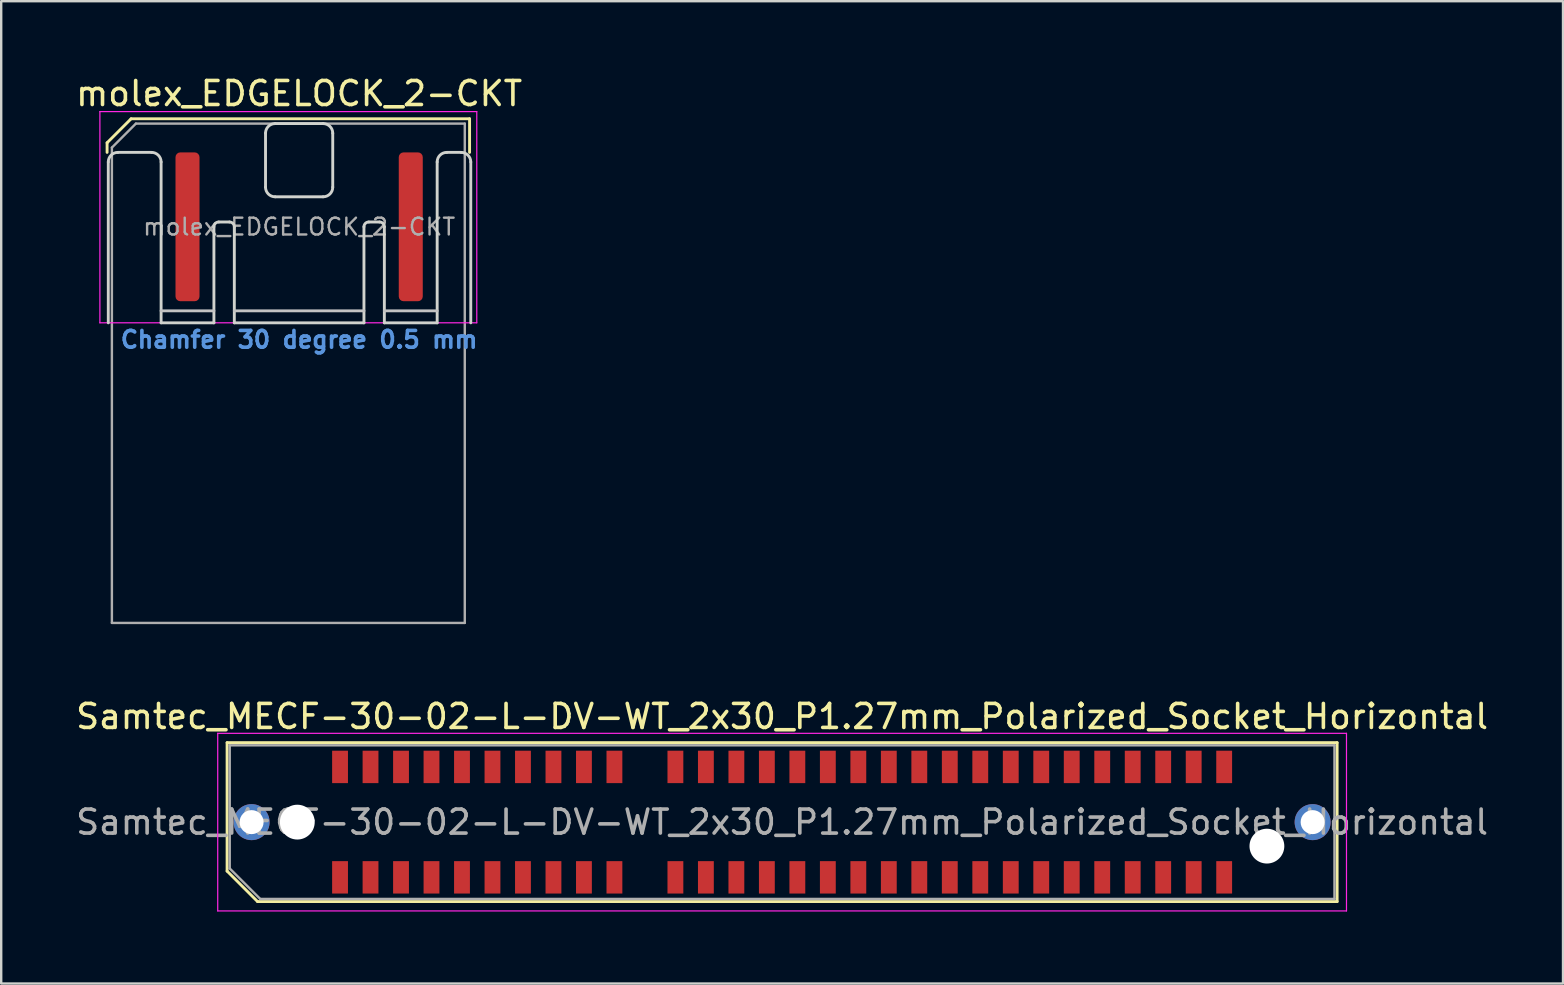
<source format=kicad_pcb>
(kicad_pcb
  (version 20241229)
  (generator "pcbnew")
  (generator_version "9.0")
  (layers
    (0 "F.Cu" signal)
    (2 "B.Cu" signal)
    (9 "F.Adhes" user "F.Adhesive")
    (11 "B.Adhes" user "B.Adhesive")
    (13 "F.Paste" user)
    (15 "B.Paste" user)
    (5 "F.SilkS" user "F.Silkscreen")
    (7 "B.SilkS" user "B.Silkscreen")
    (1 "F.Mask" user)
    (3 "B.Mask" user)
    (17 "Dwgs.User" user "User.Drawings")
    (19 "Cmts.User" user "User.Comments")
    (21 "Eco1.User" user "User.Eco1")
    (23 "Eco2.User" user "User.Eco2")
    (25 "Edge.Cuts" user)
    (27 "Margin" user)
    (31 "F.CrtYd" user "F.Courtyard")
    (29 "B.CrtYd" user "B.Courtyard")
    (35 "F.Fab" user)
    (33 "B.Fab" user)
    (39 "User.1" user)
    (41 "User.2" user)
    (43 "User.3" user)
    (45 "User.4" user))
  (footprint "Samtec_MECF-30-02-L-DV-WT_2x30_P1.27mm_Polarized_Socket_Horizontal"
    (layer "F.Cu")
    (at 29.53 31.197)
    (property "Reference" "Samtec_MECF-30-02-L-DV-WT_2x30_P1.27mm_Polarized_Socket_Horizontal" (at 0 -4.4 0) (layer "F.SilkS") (effects (font (size 1 1) (thickness 0.15))))
    (attr smd)
    (fp_line (start -23.12 -3.31) (end 23.12 -3.31) (stroke (width 0.12) (type solid)) (layer "F.SilkS"))
    (fp_line (start -23.12 2.04) (end -23.12 -3.31) (stroke (width 0.12) (type solid)) (layer "F.SilkS"))
    (fp_line (start -21.85 3.31) (end -23.12 2.04) (stroke (width 0.12) (type solid)) (layer "F.SilkS"))
    (fp_line (start -21.85 3.31) (end 23.12 3.31) (stroke (width 0.12) (type solid)) (layer "F.SilkS"))
    (fp_line (start 23.12 3.31) (end 23.12 -3.31) (stroke (width 0.12) (type solid)) (layer "F.SilkS"))
    (fp_line (start -23.51 -3.7) (end -23.51 3.7) (stroke (width 0.05) (type solid)) (layer "F.CrtYd"))
    (fp_line (start -23.51 3.7) (end 23.51 3.7) (stroke (width 0.05) (type solid)) (layer "F.CrtYd"))
    (fp_line (start 23.51 -3.7) (end -23.51 -3.7) (stroke (width 0.05) (type solid)) (layer "F.CrtYd"))
    (fp_line (start 23.51 3.7) (end 23.51 -3.7) (stroke (width 0.05) (type solid)) (layer "F.CrtYd"))
    (fp_line (start -23.01 -3.2) (end 23.01 -3.2) (stroke (width 0.1) (type solid)) (layer "F.Fab"))
    (fp_line (start -23.01 1.93) (end -23.01 -3.2) (stroke (width 0.1) (type solid)) (layer "F.Fab"))
    (fp_line (start -23.01 1.93) (end -21.74 3.2) (stroke (width 0.1) (type solid)) (layer "F.Fab"))
    (fp_line (start -21.74 3.2) (end 23.01 3.2) (stroke (width 0.1) (type solid)) (layer "F.Fab"))
    (fp_line (start 23.01 3.2) (end 23.01 -3.2) (stroke (width 0.1) (type solid)) (layer "F.Fab"))
    (fp_text user "${REFERENCE}" (at 0 0 0) (layer "F.Fab") (effects (font (size 1 1) (thickness 0.15))))
    (pad "" thru_hole circle (at -22.1 0) (size 1.5 1.5) (drill 1) (layers "*.Cu" "*.Mask"))
    (pad "" np_thru_hole circle (at -20.195 0) (size 1.45 1.45) (drill 1.45) (layers "*.Cu" "*.Mask"))
    (pad "" np_thru_hole circle (at 20.195 1) (size 1.45 1.45) (drill 1.45) (layers "*.Cu" "*.Mask"))
    (pad "" thru_hole circle (at 22.1 0) (size 1.5 1.5) (drill 1) (layers "*.Cu" "*.Mask"))
    (pad "1" smd rect (at -18.415 2.3) (size 0.66 1.35) (layers "F.Cu" "F.Mask" "F.Paste"))
    (pad "2" smd rect (at -18.415 -2.3) (size 0.66 1.35) (layers "F.Cu" "F.Mask" "F.Paste"))
    (pad "3" smd rect (at -17.145 2.3) (size 0.66 1.35) (layers "F.Cu" "F.Mask" "F.Paste"))
    (pad "4" smd rect (at -17.145 -2.3) (size 0.66 1.35) (layers "F.Cu" "F.Mask" "F.Paste"))
    (pad "5" smd rect (at -15.875 2.3) (size 0.66 1.35) (layers "F.Cu" "F.Mask" "F.Paste"))
    (pad "6" smd rect (at -15.875 -2.3) (size 0.66 1.35) (layers "F.Cu" "F.Mask" "F.Paste"))
    (pad "7" smd rect (at -14.605 2.3) (size 0.66 1.35) (layers "F.Cu" "F.Mask" "F.Paste"))
    (pad "8" smd rect (at -14.605 -2.3) (size 0.66 1.35) (layers "F.Cu" "F.Mask" "F.Paste"))
    (pad "9" smd rect (at -13.335 2.3) (size 0.66 1.35) (layers "F.Cu" "F.Mask" "F.Paste"))
    (pad "10" smd rect (at -13.335 -2.3) (size 0.66 1.35) (layers "F.Cu" "F.Mask" "F.Paste"))
    (pad "11" smd rect (at -12.065 2.3) (size 0.66 1.35) (layers "F.Cu" "F.Mask" "F.Paste"))
    (pad "12" smd rect (at -12.065 -2.3) (size 0.66 1.35) (layers "F.Cu" "F.Mask" "F.Paste"))
    (pad "13" smd rect (at -10.795 2.3) (size 0.66 1.35) (layers "F.Cu" "F.Mask" "F.Paste"))
    (pad "14" smd rect (at -10.795 -2.3) (size 0.66 1.35) (layers "F.Cu" "F.Mask" "F.Paste"))
    (pad "15" smd rect (at -9.525 2.3) (size 0.66 1.35) (layers "F.Cu" "F.Mask" "F.Paste"))
    (pad "16" smd rect (at -9.525 -2.3) (size 0.66 1.35) (layers "F.Cu" "F.Mask" "F.Paste"))
    (pad "17" smd rect (at -8.255 2.3) (size 0.66 1.35) (layers "F.Cu" "F.Mask" "F.Paste"))
    (pad "18" smd rect (at -8.255 -2.3) (size 0.66 1.35) (layers "F.Cu" "F.Mask" "F.Paste"))
    (pad "19" smd rect (at -6.985 2.3) (size 0.66 1.35) (layers "F.Cu" "F.Mask" "F.Paste"))
    (pad "20" smd rect (at -6.985 -2.3) (size 0.66 1.35) (layers "F.Cu" "F.Mask" "F.Paste"))
    (pad "23" smd rect (at -4.445 2.3) (size 0.66 1.35) (layers "F.Cu" "F.Mask" "F.Paste"))
    (pad "24" smd rect (at -4.445 -2.3) (size 0.66 1.35) (layers "F.Cu" "F.Mask" "F.Paste"))
    (pad "25" smd rect (at -3.175 2.3) (size 0.66 1.35) (layers "F.Cu" "F.Mask" "F.Paste"))
    (pad "26" smd rect (at -3.175 -2.3) (size 0.66 1.35) (layers "F.Cu" "F.Mask" "F.Paste"))
    (pad "27" smd rect (at -1.905 2.3) (size 0.66 1.35) (layers "F.Cu" "F.Mask" "F.Paste"))
    (pad "28" smd rect (at -1.905 -2.3) (size 0.66 1.35) (layers "F.Cu" "F.Mask" "F.Paste"))
    (pad "29" smd rect (at -0.635 2.3) (size 0.66 1.35) (layers "F.Cu" "F.Mask" "F.Paste"))
    (pad "30" smd rect (at -0.635 -2.3) (size 0.66 1.35) (layers "F.Cu" "F.Mask" "F.Paste"))
    (pad "31" smd rect (at 0.635 2.3) (size 0.66 1.35) (layers "F.Cu" "F.Mask" "F.Paste"))
    (pad "32" smd rect (at 0.635 -2.3) (size 0.66 1.35) (layers "F.Cu" "F.Mask" "F.Paste"))
    (pad "33" smd rect (at 1.905 2.3) (size 0.66 1.35) (layers "F.Cu" "F.Mask" "F.Paste"))
    (pad "34" smd rect (at 1.905 -2.3) (size 0.66 1.35) (layers "F.Cu" "F.Mask" "F.Paste"))
    (pad "35" smd rect (at 3.175 2.3) (size 0.66 1.35) (layers "F.Cu" "F.Mask" "F.Paste"))
    (pad "36" smd rect (at 3.175 -2.3) (size 0.66 1.35) (layers "F.Cu" "F.Mask" "F.Paste"))
    (pad "37" smd rect (at 4.445 2.3) (size 0.66 1.35) (layers "F.Cu" "F.Mask" "F.Paste"))
    (pad "38" smd rect (at 4.445 -2.3) (size 0.66 1.35) (layers "F.Cu" "F.Mask" "F.Paste"))
    (pad "39" smd rect (at 5.715 2.3) (size 0.66 1.35) (layers "F.Cu" "F.Mask" "F.Paste"))
    (pad "40" smd rect (at 5.715 -2.3) (size 0.66 1.35) (layers "F.Cu" "F.Mask" "F.Paste"))
    (pad "41" smd rect (at 6.985 2.3) (size 0.66 1.35) (layers "F.Cu" "F.Mask" "F.Paste"))
    (pad "42" smd rect (at 6.985 -2.3) (size 0.66 1.35) (layers "F.Cu" "F.Mask" "F.Paste"))
    (pad "43" smd rect (at 8.255 2.3) (size 0.66 1.35) (layers "F.Cu" "F.Mask" "F.Paste"))
    (pad "44" smd rect (at 8.255 -2.3) (size 0.66 1.35) (layers "F.Cu" "F.Mask" "F.Paste"))
    (pad "45" smd rect (at 9.525 2.3) (size 0.66 1.35) (layers "F.Cu" "F.Mask" "F.Paste"))
    (pad "46" smd rect (at 9.525 -2.3) (size 0.66 1.35) (layers "F.Cu" "F.Mask" "F.Paste"))
    (pad "47" smd rect (at 10.795 2.3) (size 0.66 1.35) (layers "F.Cu" "F.Mask" "F.Paste"))
    (pad "48" smd rect (at 10.795 -2.3) (size 0.66 1.35) (layers "F.Cu" "F.Mask" "F.Paste"))
    (pad "49" smd rect (at 12.065 2.3) (size 0.66 1.35) (layers "F.Cu" "F.Mask" "F.Paste"))
    (pad "50" smd rect (at 12.065 -2.3) (size 0.66 1.35) (layers "F.Cu" "F.Mask" "F.Paste"))
    (pad "51" smd rect (at 13.335 2.3) (size 0.66 1.35) (layers "F.Cu" "F.Mask" "F.Paste"))
    (pad "52" smd rect (at 13.335 -2.3) (size 0.66 1.35) (layers "F.Cu" "F.Mask" "F.Paste"))
    (pad "53" smd rect (at 14.605 2.3) (size 0.66 1.35) (layers "F.Cu" "F.Mask" "F.Paste"))
    (pad "54" smd rect (at 14.605 -2.3) (size 0.66 1.35) (layers "F.Cu" "F.Mask" "F.Paste"))
    (pad "55" smd rect (at 15.875 2.3) (size 0.66 1.35) (layers "F.Cu" "F.Mask" "F.Paste"))
    (pad "56" smd rect (at 15.875 -2.3) (size 0.66 1.35) (layers "F.Cu" "F.Mask" "F.Paste"))
    (pad "57" smd rect (at 17.145 2.3) (size 0.66 1.35) (layers "F.Cu" "F.Mask" "F.Paste"))
    (pad "58" smd rect (at 17.145 -2.3) (size 0.66 1.35) (layers "F.Cu" "F.Mask" "F.Paste"))
    (pad "59" smd rect (at 18.415 2.3) (size 0.66 1.35) (layers "F.Cu" "F.Mask" "F.Paste"))
    (pad "60" smd rect (at 18.415 -2.3) (size 0.66 1.35) (layers "F.Cu" "F.Mask" "F.Paste")))
  (footprint "molex_EDGELOCK_2-CKT"
    (layer "F.Cu")
    (at 9.411 6.398)
    (property "Reference" "molex_EDGELOCK_2-CKT" (at 0 -5.55 0) (layer "F.SilkS") (effects (font (size 1 1) (thickness 0.15))))
    (attr exclude_from_pos_files exclude_from_bom)
    (fp_line (start -8 -3.5) (end -7 -4.5) (stroke (width 0.12) (type solid)) (layer "F.SilkS"))
    (fp_line (start -8 -3.1) (end -8 -3.5) (stroke (width 0.12) (type solid)) (layer "F.SilkS"))
    (fp_line (start -7 -4.5) (end 7.1 -4.5) (stroke (width 0.12) (type solid)) (layer "F.SilkS"))
    (fp_line (start 7.1 -4.5) (end 7.1 -3.1) (stroke (width 0.12) (type solid)) (layer "F.SilkS"))
    (fp_line (start -5.75 3.5) (end -3.55 3.5) (stroke (width 0.12) (type solid)) (layer "Dwgs.User"))
    (fp_line (start -2.7 3.5) (end 2.7 3.5) (stroke (width 0.12) (type solid)) (layer "Dwgs.User"))
    (fp_line (start 3.55 3.5) (end 5.75 3.5) (stroke (width 0.12) (type solid)) (layer "Dwgs.User"))
    (fp_line (start -7.95 4) (end -7.95 -2.7) (stroke (width 0.12) (type solid)) (layer "Edge.Cuts"))
    (fp_line (start -7.55 -3.1) (end -6.15 -3.1) (stroke (width 0.12) (type solid)) (layer "Edge.Cuts"))
    (fp_line (start -5.75 -2.7) (end -5.75 4) (stroke (width 0.12) (type solid)) (layer "Edge.Cuts"))
    (fp_line (start -5.75 4) (end -3.55 4) (stroke (width 0.12) (type solid)) (layer "Edge.Cuts"))
    (fp_line (start -3.55 4) (end -3.55 0) (stroke (width 0.12) (type solid)) (layer "Edge.Cuts"))
    (fp_line (start -3.35 -0.2) (end -2.9 -0.2) (stroke (width 0.12) (type solid)) (layer "Edge.Cuts"))
    (fp_line (start -2.7 0) (end -2.7 4) (stroke (width 0.12) (type solid)) (layer "Edge.Cuts"))
    (fp_line (start -2.7 4) (end 2.7 4) (stroke (width 0.12) (type solid)) (layer "Edge.Cuts"))
    (fp_line (start -1.4 -3.9) (end -1.4 -1.65) (stroke (width 0.12) (type solid)) (layer "Edge.Cuts"))
    (fp_line (start -1 -1.25) (end 1 -1.25) (stroke (width 0.12) (type solid)) (layer "Edge.Cuts"))
    (fp_line (start 1 -4.3) (end -1 -4.3) (stroke (width 0.12) (type solid)) (layer "Edge.Cuts"))
    (fp_line (start 1.4 -1.65) (end 1.4 -3.9) (stroke (width 0.12) (type solid)) (layer "Edge.Cuts"))
    (fp_line (start 2.7 4) (end 2.7 0) (stroke (width 0.12) (type solid)) (layer "Edge.Cuts"))
    (fp_line (start 2.9 -0.2) (end 3.35 -0.2) (stroke (width 0.12) (type solid)) (layer "Edge.Cuts"))
    (fp_line (start 3.55 0) (end 3.55 4) (stroke (width 0.12) (type solid)) (layer "Edge.Cuts"))
    (fp_line (start 3.55 4) (end 5.75 4) (stroke (width 0.12) (type solid)) (layer "Edge.Cuts"))
    (fp_line (start 5.75 4) (end 5.75 -2.7) (stroke (width 0.12) (type solid)) (layer "Edge.Cuts"))
    (fp_line (start 6.15 -3.1) (end 6.75 -3.1) (stroke (width 0.12) (type solid)) (layer "Edge.Cuts"))
    (fp_line (start 7.15 -2.7) (end 7.15 4) (stroke (width 0.12) (type solid)) (layer "Edge.Cuts"))
    (fp_arc (start -7.95 -2.7) (mid -7.832843 -2.982843) (end -7.55 -3.1) (stroke (width 0.12) (type solid)) (layer "Edge.Cuts"))
    (fp_arc (start -6.15 -3.1) (mid -5.867157 -2.982843) (end -5.75 -2.7) (stroke (width 0.12) (type solid)) (layer "Edge.Cuts"))
    (fp_arc (start -3.55 0) (mid -3.491421 -0.141421) (end -3.35 -0.2) (stroke (width 0.12) (type solid)) (layer "Edge.Cuts"))
    (fp_arc (start -2.9 -0.2) (mid -2.758579 -0.141421) (end -2.7 0) (stroke (width 0.12) (type solid)) (layer "Edge.Cuts"))
    (fp_arc (start -1.4 -3.9) (mid -1.282843 -4.182843) (end -1 -4.3) (stroke (width 0.12) (type solid)) (layer "Edge.Cuts"))
    (fp_arc (start -1 -1.25) (mid -1.282843 -1.367157) (end -1.4 -1.65) (stroke (width 0.12) (type solid)) (layer "Edge.Cuts"))
    (fp_arc (start 1 -4.3) (mid 1.282843 -4.182843) (end 1.4 -3.9) (stroke (width 0.12) (type solid)) (layer "Edge.Cuts"))
    (fp_arc (start 1.4 -1.65) (mid 1.282843 -1.367157) (end 1 -1.25) (stroke (width 0.12) (type solid)) (layer "Edge.Cuts"))
    (fp_arc (start 2.7 0) (mid 2.758579 -0.141421) (end 2.9 -0.2) (stroke (width 0.12) (type solid)) (layer "Edge.Cuts"))
    (fp_arc (start 3.35 -0.2) (mid 3.491421 -0.141421) (end 3.55 0) (stroke (width 0.12) (type solid)) (layer "Edge.Cuts"))
    (fp_arc (start 5.75 -2.7) (mid 5.867157 -2.982843) (end 6.15 -3.1) (stroke (width 0.12) (type solid)) (layer "Edge.Cuts"))
    (fp_arc (start 6.75 -3.1) (mid 7.032843 -2.982843) (end 7.15 -2.7) (stroke (width 0.12) (type solid)) (layer "Edge.Cuts"))
    (fp_line (start -8.3 -4.8) (end -8.3 4) (stroke (width 0.05) (type solid)) (layer "F.CrtYd"))
    (fp_line (start -8.3 4) (end 7.4 4) (stroke (width 0.05) (type solid)) (layer "F.CrtYd"))
    (fp_line (start 7.4 -4.8) (end -8.3 -4.8) (stroke (width 0.05) (type solid)) (layer "F.CrtYd"))
    (fp_line (start 7.4 4) (end 7.4 -4.8) (stroke (width 0.05) (type solid)) (layer "F.CrtYd"))
    (fp_line (start -7.8 -3.3) (end -6.8 -4.3) (stroke (width 0.1) (type solid)) (layer "F.Fab"))
    (fp_line (start -7.8 16.5) (end -7.8 -3.3) (stroke (width 0.1) (type solid)) (layer "F.Fab"))
    (fp_line (start -6.8 -4.3) (end 6.9 -4.3) (stroke (width 0.1) (type solid)) (layer "F.Fab"))
    (fp_line (start 6.9 -4.3) (end 6.9 16.5) (stroke (width 0.1) (type solid)) (layer "F.Fab"))
    (fp_line (start 6.9 16.5) (end -7.8 16.5) (stroke (width 0.1) (type solid)) (layer "F.Fab"))
    (fp_text user "Chamfer 30 degree 0.5 mm" (at 0 4.7 0) (layer "Cmts.User") (effects (font (size 0.7 0.7) (thickness 0.15))))
    (fp_text user "${REFERENCE}" (at 0 0 0) (layer "F.Fab") (effects (font (size 0.7 0.7) (thickness 0.1))))
    (pad "1" connect roundrect (at -4.65 0) (size 1 6.2) (layers "F.Cu" "F.Mask") (roundrect_rratio 0.2))
    (pad "2" connect roundrect (at 4.65 0) (size 1 6.2) (layers "F.Cu" "F.Mask") (roundrect_rratio 0.2)))
  (gr_rect
    (start -3 -3)
    (end 62.06 37.922)
    (stroke (width 0.1) (type default))
    (fill no)
    (layer "Edge.Cuts")))
</source>
